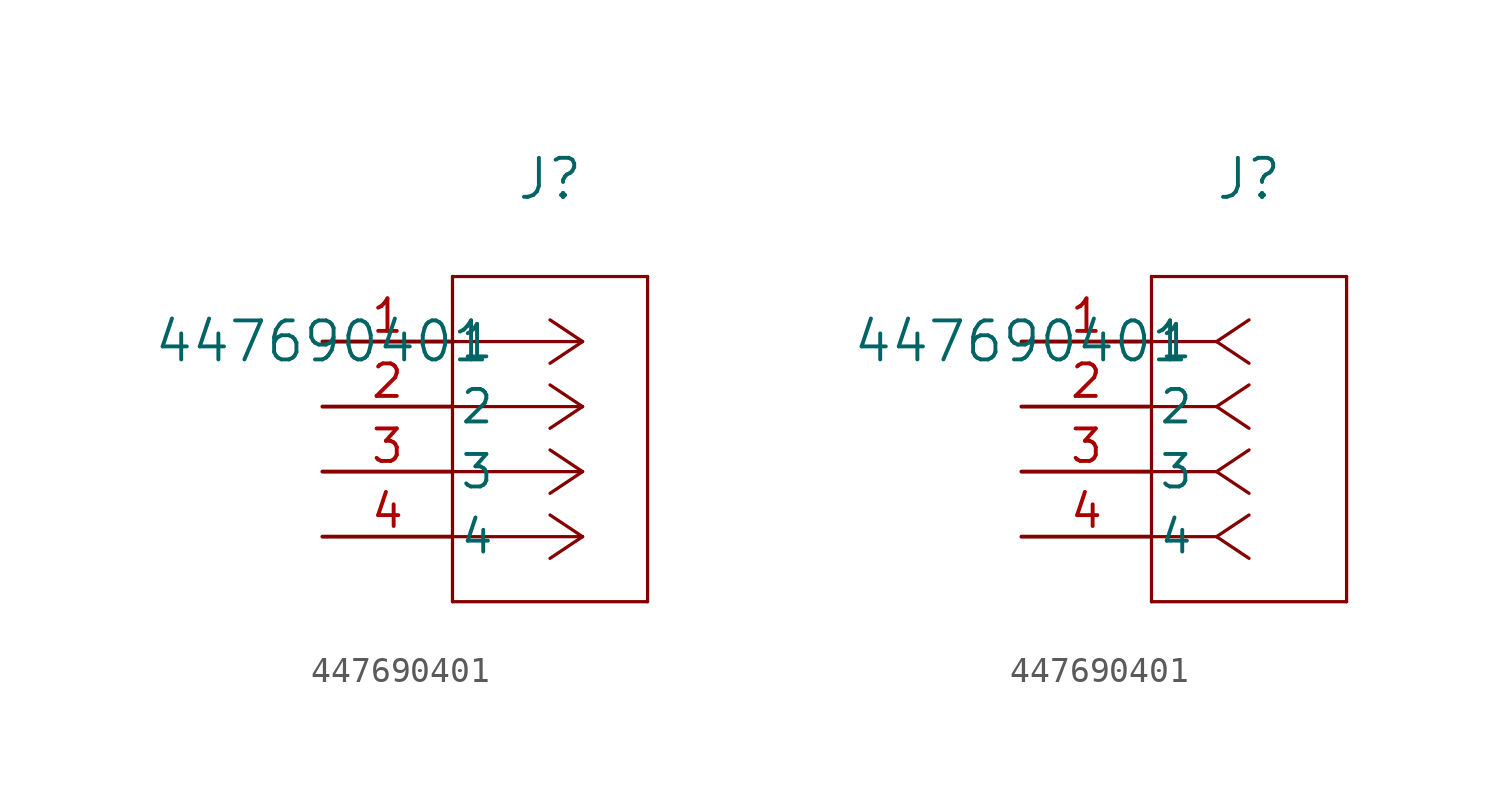
<source format=kicad_sym>
(kicad_symbol_lib
  (version 20211014)
  (generator kicad_symbol_editor)
  (symbol "447690401"
    (pin_names
      (offset 0.254))
    (property "Reference" "J"
      (at 8.89 6.35 0)
      (effects (font (size 1.524 1.524))))
    (property "Value" "447690401"
      (at 0 0 0)
      (effects (font (size 1.524 1.524))))
    (symbol "447690401_1_1"
      (polyline (pts (xy 10.16 0) (xy 5.08 0)) (stroke (width 0.127) (type default) (color 0 0 0 0)) (fill (type none)))
      (polyline (pts (xy 10.16 -2.54) (xy 5.08 -2.54)) (stroke (width 0.127) (type default) (color 0 0 0 0)) (fill (type none)))
      (polyline (pts (xy 10.16 -5.08) (xy 5.08 -5.08)) (stroke (width 0.127) (type default) (color 0 0 0 0)) (fill (type none)))
      (polyline (pts (xy 10.16 -7.62) (xy 5.08 -7.62)) (stroke (width 0.127) (type default) (color 0 0 0 0)) (fill (type none)))
      (polyline (pts (xy 10.16 0) (xy 8.89 0.847)) (stroke (width 0.127) (type default) (color 0 0 0 0)) (fill (type none)))
      (polyline (pts (xy 10.16 -2.54) (xy 8.89 -1.693)) (stroke (width 0.127) (type default) (color 0 0 0 0)) (fill (type none)))
      (polyline (pts (xy 10.16 -5.08) (xy 8.89 -4.233)) (stroke (width 0.127) (type default) (color 0 0 0 0)) (fill (type none)))
      (polyline (pts (xy 10.16 -7.62) (xy 8.89 -6.773)) (stroke (width 0.127) (type default) (color 0 0 0 0)) (fill (type none)))
      (polyline (pts (xy 10.16 0) (xy 8.89 -0.847)) (stroke (width 0.127) (type default) (color 0 0 0 0)) (fill (type none)))
      (polyline (pts (xy 10.16 -2.54) (xy 8.89 -3.387)) (stroke (width 0.127) (type default) (color 0 0 0 0)) (fill (type none)))
      (polyline (pts (xy 10.16 -5.08) (xy 8.89 -5.927)) (stroke (width 0.127) (type default) (color 0 0 0 0)) (fill (type none)))
      (polyline (pts (xy 10.16 -7.62) (xy 8.89 -8.467)) (stroke (width 0.127) (type default) (color 0 0 0 0)) (fill (type none)))
      (polyline (pts (xy 5.08 2.54) (xy 5.08 -10.16)) (stroke (width 0.127) (type default) (color 0 0 0 0)) (fill (type none)))
      (polyline (pts (xy 5.08 -10.16) (xy 12.7 -10.16)) (stroke (width 0.127) (type default) (color 0 0 0 0)) (fill (type none)))
      (polyline (pts (xy 12.7 -10.16) (xy 12.7 2.54)) (stroke (width 0.127) (type default) (color 0 0 0 0)) (fill (type none)))
      (polyline (pts (xy 12.7 2.54) (xy 5.08 2.54)) (stroke (width 0.127) (type default) (color 0 0 0 0)) (fill (type none)))
      (pin unspecified line (at 0 0 0) (length 5.08) (name "1" (effects (font (size 1.27 1.27)))) (number "1" (effects (font (size 1.27 1.27)))))
      (pin unspecified line (at 0 -2.54 0) (length 5.08) (name "2" (effects (font (size 1.27 1.27)))) (number "2" (effects (font (size 1.27 1.27)))))
      (pin unspecified line (at 0 -5.08 0) (length 5.08) (name "3" (effects (font (size 1.27 1.27)))) (number "3" (effects (font (size 1.27 1.27)))))
      (pin unspecified line (at 0 -7.62 0) (length 5.08) (name "4" (effects (font (size 1.27 1.27)))) (number "4" (effects (font (size 1.27 1.27))))))
    (symbol "447690401_1_2"
      (polyline (pts (xy 7.62 0) (xy 5.08 0)) (stroke (width 0.127) (type default) (color 0 0 0 0)) (fill (type none)))
      (polyline (pts (xy 7.62 -2.54) (xy 5.08 -2.54)) (stroke (width 0.127) (type default) (color 0 0 0 0)) (fill (type none)))
      (polyline (pts (xy 7.62 -5.08) (xy 5.08 -5.08)) (stroke (width 0.127) (type default) (color 0 0 0 0)) (fill (type none)))
      (polyline (pts (xy 7.62 -7.62) (xy 5.08 -7.62)) (stroke (width 0.127) (type default) (color 0 0 0 0)) (fill (type none)))
      (polyline (pts (xy 7.62 0) (xy 8.89 0.847)) (stroke (width 0.127) (type default) (color 0 0 0 0)) (fill (type none)))
      (polyline (pts (xy 7.62 -2.54) (xy 8.89 -1.693)) (stroke (width 0.127) (type default) (color 0 0 0 0)) (fill (type none)))
      (polyline (pts (xy 7.62 -5.08) (xy 8.89 -4.233)) (stroke (width 0.127) (type default) (color 0 0 0 0)) (fill (type none)))
      (polyline (pts (xy 7.62 -7.62) (xy 8.89 -6.773)) (stroke (width 0.127) (type default) (color 0 0 0 0)) (fill (type none)))
      (polyline (pts (xy 7.62 0) (xy 8.89 -0.847)) (stroke (width 0.127) (type default) (color 0 0 0 0)) (fill (type none)))
      (polyline (pts (xy 7.62 -2.54) (xy 8.89 -3.387)) (stroke (width 0.127) (type default) (color 0 0 0 0)) (fill (type none)))
      (polyline (pts (xy 7.62 -5.08) (xy 8.89 -5.927)) (stroke (width 0.127) (type default) (color 0 0 0 0)) (fill (type none)))
      (polyline (pts (xy 7.62 -7.62) (xy 8.89 -8.467)) (stroke (width 0.127) (type default) (color 0 0 0 0)) (fill (type none)))
      (polyline (pts (xy 5.08 2.54) (xy 5.08 -10.16)) (stroke (width 0.127) (type default) (color 0 0 0 0)) (fill (type none)))
      (polyline (pts (xy 5.08 -10.16) (xy 12.7 -10.16)) (stroke (width 0.127) (type default) (color 0 0 0 0)) (fill (type none)))
      (polyline (pts (xy 12.7 -10.16) (xy 12.7 2.54)) (stroke (width 0.127) (type default) (color 0 0 0 0)) (fill (type none)))
      (polyline (pts (xy 12.7 2.54) (xy 5.08 2.54)) (stroke (width 0.127) (type default) (color 0 0 0 0)) (fill (type none)))
      (pin unspecified line (at 0 0 0) (length 5.08) (name "1" (effects (font (size 1.27 1.27)))) (number "1" (effects (font (size 1.27 1.27)))))
      (pin unspecified line (at 0 -2.54 0) (length 5.08) (name "2" (effects (font (size 1.27 1.27)))) (number "2" (effects (font (size 1.27 1.27)))))
      (pin unspecified line (at 0 -5.08 0) (length 5.08) (name "3" (effects (font (size 1.27 1.27)))) (number "3" (effects (font (size 1.27 1.27)))))
      (pin unspecified line (at 0 -7.62 0) (length 5.08) (name "4" (effects (font (size 1.27 1.27)))) (number "4" (effects (font (size 1.27 1.27))))))))
</source>
